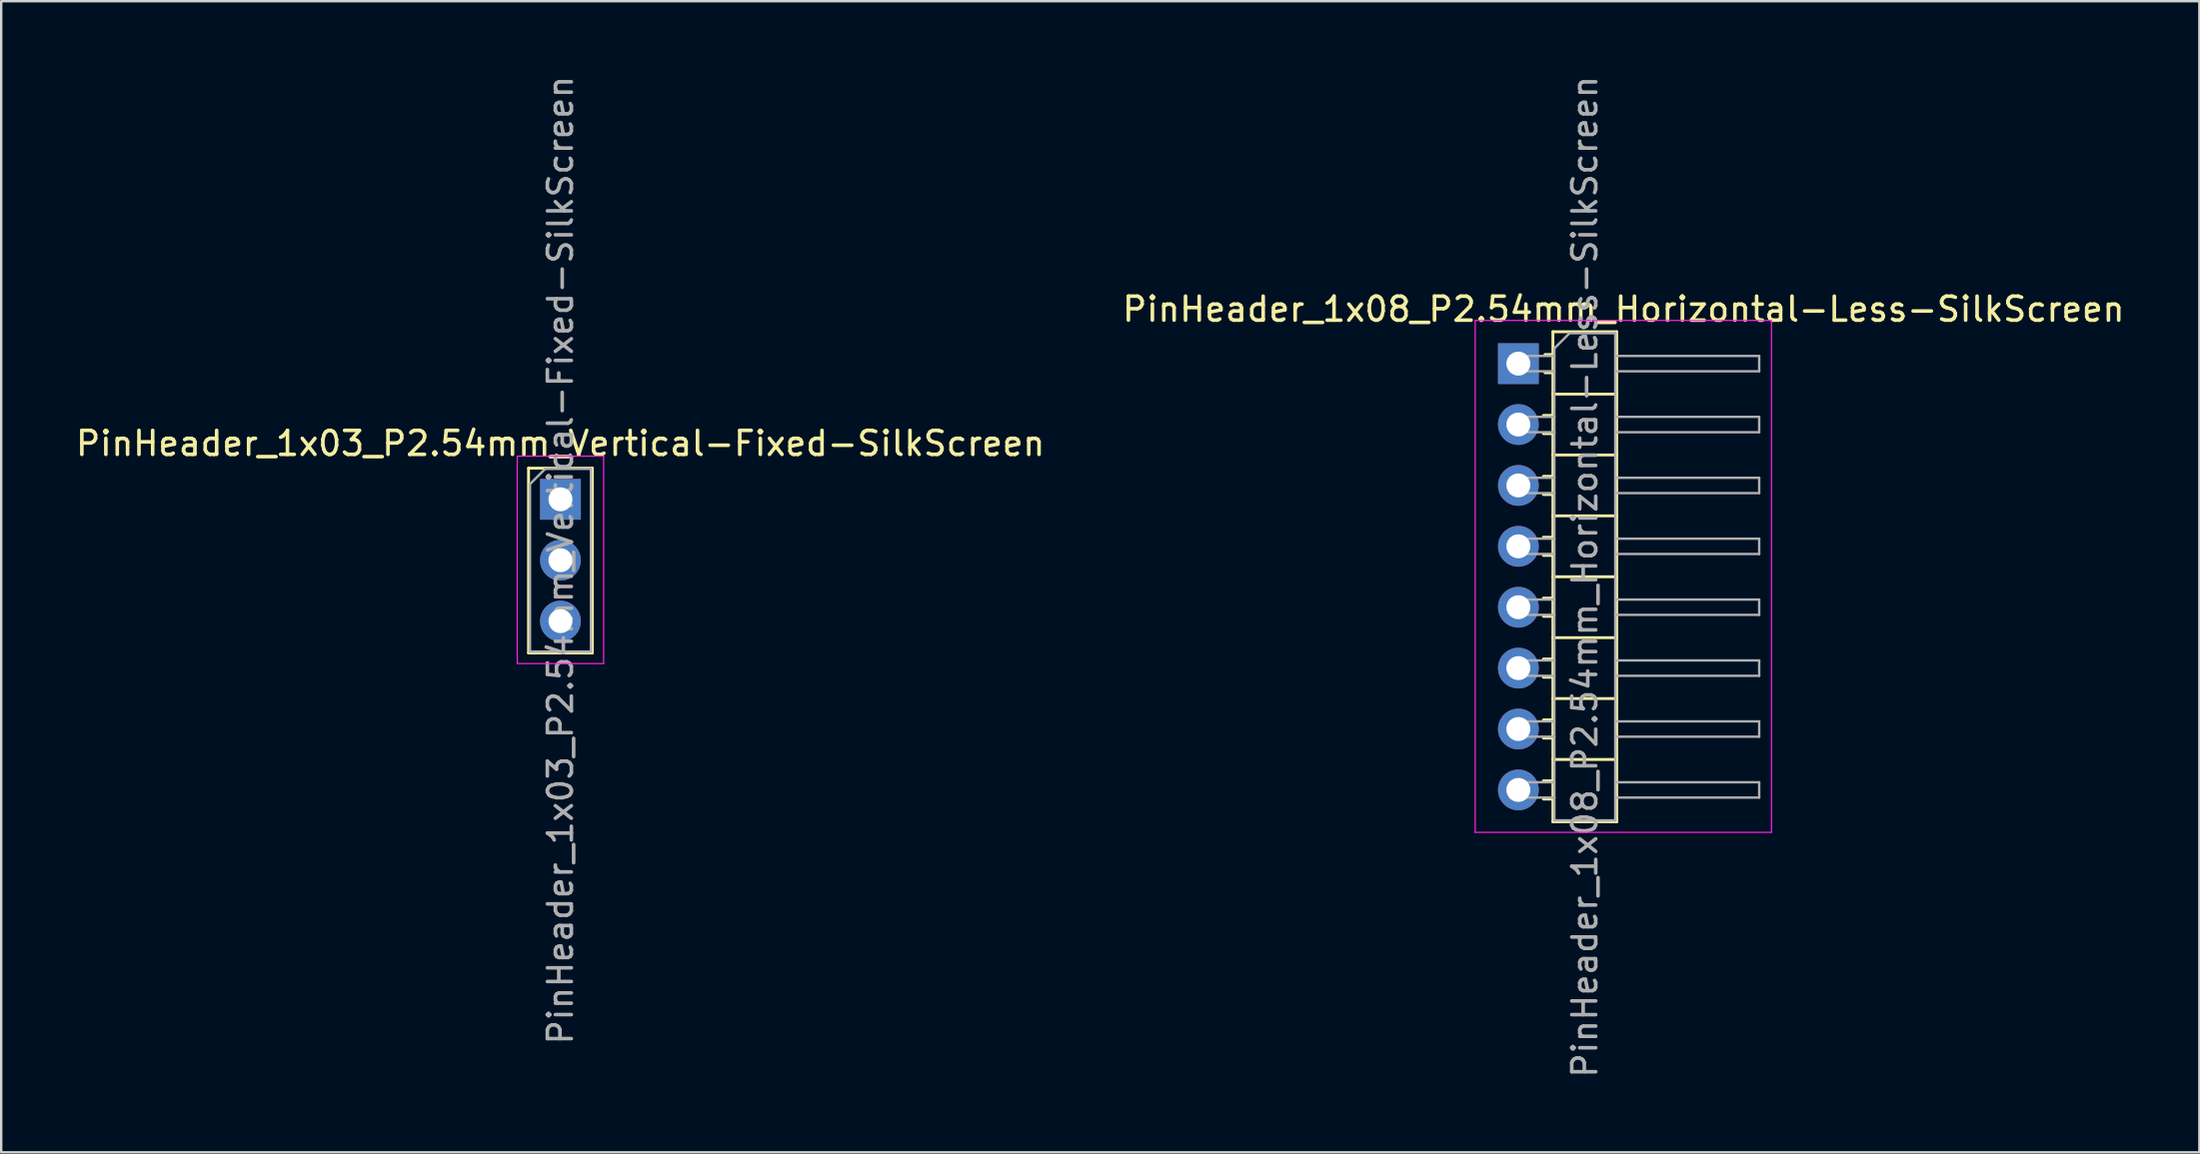
<source format=kicad_pcb>
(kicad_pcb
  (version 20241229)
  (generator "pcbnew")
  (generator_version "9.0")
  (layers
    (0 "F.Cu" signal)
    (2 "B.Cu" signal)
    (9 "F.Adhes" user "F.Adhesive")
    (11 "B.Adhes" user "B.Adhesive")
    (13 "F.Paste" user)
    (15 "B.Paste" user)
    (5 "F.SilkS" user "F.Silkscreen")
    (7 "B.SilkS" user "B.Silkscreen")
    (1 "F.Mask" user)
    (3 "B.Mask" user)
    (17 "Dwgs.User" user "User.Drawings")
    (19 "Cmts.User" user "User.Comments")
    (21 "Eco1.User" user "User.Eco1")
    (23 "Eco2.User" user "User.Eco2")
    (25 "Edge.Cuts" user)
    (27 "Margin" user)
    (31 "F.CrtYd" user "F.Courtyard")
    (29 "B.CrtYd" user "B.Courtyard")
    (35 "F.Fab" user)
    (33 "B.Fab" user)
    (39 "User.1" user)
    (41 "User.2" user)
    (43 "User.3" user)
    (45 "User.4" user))
  (footprint "PinHeader_1x08_P2.54mm_Horizontal-Less-SilkScreen"
    (layer "F.Cu")
    (at 60.252 12.116)
    (property "Reference" "PinHeader_1x08_P2.54mm_Horizontal-Less-SilkScreen" (at 4.385 -2.27 0) (layer "F.SilkS") (effects (font (size 1 1) (thickness 0.15))))
    (attr through_hole)
    (fp_line (start 1.043 2.16) (end 1.44 2.16) (stroke (width 0.12) (type solid)) (layer "F.SilkS"))
    (fp_line (start 1.043 2.92) (end 1.44 2.92) (stroke (width 0.12) (type solid)) (layer "F.SilkS"))
    (fp_line (start 1.043 4.7) (end 1.44 4.7) (stroke (width 0.12) (type solid)) (layer "F.SilkS"))
    (fp_line (start 1.043 5.46) (end 1.44 5.46) (stroke (width 0.12) (type solid)) (layer "F.SilkS"))
    (fp_line (start 1.043 7.24) (end 1.44 7.24) (stroke (width 0.12) (type solid)) (layer "F.SilkS"))
    (fp_line (start 1.043 8) (end 1.44 8) (stroke (width 0.12) (type solid)) (layer "F.SilkS"))
    (fp_line (start 1.043 9.78) (end 1.44 9.78) (stroke (width 0.12) (type solid)) (layer "F.SilkS"))
    (fp_line (start 1.043 10.54) (end 1.44 10.54) (stroke (width 0.12) (type solid)) (layer "F.SilkS"))
    (fp_line (start 1.043 12.32) (end 1.44 12.32) (stroke (width 0.12) (type solid)) (layer "F.SilkS"))
    (fp_line (start 1.043 13.08) (end 1.44 13.08) (stroke (width 0.12) (type solid)) (layer "F.SilkS"))
    (fp_line (start 1.043 14.86) (end 1.44 14.86) (stroke (width 0.12) (type solid)) (layer "F.SilkS"))
    (fp_line (start 1.043 15.62) (end 1.44 15.62) (stroke (width 0.12) (type solid)) (layer "F.SilkS"))
    (fp_line (start 1.043 17.4) (end 1.44 17.4) (stroke (width 0.12) (type solid)) (layer "F.SilkS"))
    (fp_line (start 1.043 18.16) (end 1.44 18.16) (stroke (width 0.12) (type solid)) (layer "F.SilkS"))
    (fp_line (start 1.11 -0.38) (end 1.44 -0.38) (stroke (width 0.12) (type solid)) (layer "F.SilkS"))
    (fp_line (start 1.11 0.38) (end 1.44 0.38) (stroke (width 0.12) (type solid)) (layer "F.SilkS"))
    (fp_line (start 1.44 -1.33) (end 1.44 19.11) (stroke (width 0.12) (type solid)) (layer "F.SilkS"))
    (fp_line (start 1.44 1.27) (end 4.1 1.27) (stroke (width 0.12) (type solid)) (layer "F.SilkS"))
    (fp_line (start 1.44 3.81) (end 4.1 3.81) (stroke (width 0.12) (type solid)) (layer "F.SilkS"))
    (fp_line (start 1.44 6.35) (end 4.1 6.35) (stroke (width 0.12) (type solid)) (layer "F.SilkS"))
    (fp_line (start 1.44 8.89) (end 4.1 8.89) (stroke (width 0.12) (type solid)) (layer "F.SilkS"))
    (fp_line (start 1.44 11.43) (end 4.1 11.43) (stroke (width 0.12) (type solid)) (layer "F.SilkS"))
    (fp_line (start 1.44 13.97) (end 4.1 13.97) (stroke (width 0.12) (type solid)) (layer "F.SilkS"))
    (fp_line (start 1.44 16.51) (end 4.1 16.51) (stroke (width 0.12) (type solid)) (layer "F.SilkS"))
    (fp_line (start 1.44 19.11) (end 4.1 19.11) (stroke (width 0.12) (type solid)) (layer "F.SilkS"))
    (fp_line (start 4.1 -1.33) (end 1.44 -1.33) (stroke (width 0.12) (type solid)) (layer "F.SilkS"))
    (fp_line (start 4.1 19.11) (end 4.1 -1.33) (stroke (width 0.12) (type solid)) (layer "F.SilkS"))
    (fp_line (start -1.8 -1.8) (end -1.8 19.55) (stroke (width 0.05) (type solid)) (layer "F.CrtYd"))
    (fp_line (start -1.8 19.55) (end 10.55 19.55) (stroke (width 0.05) (type solid)) (layer "F.CrtYd"))
    (fp_line (start 10.55 -1.8) (end -1.8 -1.8) (stroke (width 0.05) (type solid)) (layer "F.CrtYd"))
    (fp_line (start 10.55 19.55) (end 10.55 -1.8) (stroke (width 0.05) (type solid)) (layer "F.CrtYd"))
    (fp_line (start -0.32 -0.32) (end -0.32 0.32) (stroke (width 0.1) (type solid)) (layer "F.Fab"))
    (fp_line (start -0.32 -0.32) (end 1.5 -0.32) (stroke (width 0.1) (type solid)) (layer "F.Fab"))
    (fp_line (start -0.32 0.32) (end 1.5 0.32) (stroke (width 0.1) (type solid)) (layer "F.Fab"))
    (fp_line (start -0.32 2.22) (end -0.32 2.86) (stroke (width 0.1) (type solid)) (layer "F.Fab"))
    (fp_line (start -0.32 2.22) (end 1.5 2.22) (stroke (width 0.1) (type solid)) (layer "F.Fab"))
    (fp_line (start -0.32 2.86) (end 1.5 2.86) (stroke (width 0.1) (type solid)) (layer "F.Fab"))
    (fp_line (start -0.32 4.76) (end -0.32 5.4) (stroke (width 0.1) (type solid)) (layer "F.Fab"))
    (fp_line (start -0.32 4.76) (end 1.5 4.76) (stroke (width 0.1) (type solid)) (layer "F.Fab"))
    (fp_line (start -0.32 5.4) (end 1.5 5.4) (stroke (width 0.1) (type solid)) (layer "F.Fab"))
    (fp_line (start -0.32 7.3) (end -0.32 7.94) (stroke (width 0.1) (type solid)) (layer "F.Fab"))
    (fp_line (start -0.32 7.3) (end 1.5 7.3) (stroke (width 0.1) (type solid)) (layer "F.Fab"))
    (fp_line (start -0.32 7.94) (end 1.5 7.94) (stroke (width 0.1) (type solid)) (layer "F.Fab"))
    (fp_line (start -0.32 9.84) (end -0.32 10.48) (stroke (width 0.1) (type solid)) (layer "F.Fab"))
    (fp_line (start -0.32 9.84) (end 1.5 9.84) (stroke (width 0.1) (type solid)) (layer "F.Fab"))
    (fp_line (start -0.32 10.48) (end 1.5 10.48) (stroke (width 0.1) (type solid)) (layer "F.Fab"))
    (fp_line (start -0.32 12.38) (end -0.32 13.02) (stroke (width 0.1) (type solid)) (layer "F.Fab"))
    (fp_line (start -0.32 12.38) (end 1.5 12.38) (stroke (width 0.1) (type solid)) (layer "F.Fab"))
    (fp_line (start -0.32 13.02) (end 1.5 13.02) (stroke (width 0.1) (type solid)) (layer "F.Fab"))
    (fp_line (start -0.32 14.92) (end -0.32 15.56) (stroke (width 0.1) (type solid)) (layer "F.Fab"))
    (fp_line (start -0.32 14.92) (end 1.5 14.92) (stroke (width 0.1) (type solid)) (layer "F.Fab"))
    (fp_line (start -0.32 15.56) (end 1.5 15.56) (stroke (width 0.1) (type solid)) (layer "F.Fab"))
    (fp_line (start -0.32 17.46) (end -0.32 18.1) (stroke (width 0.1) (type solid)) (layer "F.Fab"))
    (fp_line (start -0.32 17.46) (end 1.5 17.46) (stroke (width 0.1) (type solid)) (layer "F.Fab"))
    (fp_line (start -0.32 18.1) (end 1.5 18.1) (stroke (width 0.1) (type solid)) (layer "F.Fab"))
    (fp_line (start 1.5 -0.635) (end 2.135 -1.27) (stroke (width 0.1) (type solid)) (layer "F.Fab"))
    (fp_line (start 1.5 19.05) (end 1.5 -0.635) (stroke (width 0.1) (type solid)) (layer "F.Fab"))
    (fp_line (start 2.135 -1.27) (end 4.04 -1.27) (stroke (width 0.1) (type solid)) (layer "F.Fab"))
    (fp_line (start 4.04 -1.27) (end 4.04 19.05) (stroke (width 0.1) (type solid)) (layer "F.Fab"))
    (fp_line (start 4.04 -0.32) (end 10.04 -0.32) (stroke (width 0.1) (type solid)) (layer "F.Fab"))
    (fp_line (start 4.04 0.32) (end 10.04 0.32) (stroke (width 0.1) (type solid)) (layer "F.Fab"))
    (fp_line (start 4.04 2.22) (end 10.04 2.22) (stroke (width 0.1) (type solid)) (layer "F.Fab"))
    (fp_line (start 4.04 2.86) (end 10.04 2.86) (stroke (width 0.1) (type solid)) (layer "F.Fab"))
    (fp_line (start 4.04 4.76) (end 10.04 4.76) (stroke (width 0.1) (type solid)) (layer "F.Fab"))
    (fp_line (start 4.04 5.4) (end 10.04 5.4) (stroke (width 0.1) (type solid)) (layer "F.Fab"))
    (fp_line (start 4.04 7.3) (end 10.04 7.3) (stroke (width 0.1) (type solid)) (layer "F.Fab"))
    (fp_line (start 4.04 7.94) (end 10.04 7.94) (stroke (width 0.1) (type solid)) (layer "F.Fab"))
    (fp_line (start 4.04 9.84) (end 10.04 9.84) (stroke (width 0.1) (type solid)) (layer "F.Fab"))
    (fp_line (start 4.04 10.48) (end 10.04 10.48) (stroke (width 0.1) (type solid)) (layer "F.Fab"))
    (fp_line (start 4.04 12.38) (end 10.04 12.38) (stroke (width 0.1) (type solid)) (layer "F.Fab"))
    (fp_line (start 4.04 13.02) (end 10.04 13.02) (stroke (width 0.1) (type solid)) (layer "F.Fab"))
    (fp_line (start 4.04 14.92) (end 10.04 14.92) (stroke (width 0.1) (type solid)) (layer "F.Fab"))
    (fp_line (start 4.04 15.56) (end 10.04 15.56) (stroke (width 0.1) (type solid)) (layer "F.Fab"))
    (fp_line (start 4.04 17.46) (end 10.04 17.46) (stroke (width 0.1) (type solid)) (layer "F.Fab"))
    (fp_line (start 4.04 18.1) (end 10.04 18.1) (stroke (width 0.1) (type solid)) (layer "F.Fab"))
    (fp_line (start 4.04 19.05) (end 1.5 19.05) (stroke (width 0.1) (type solid)) (layer "F.Fab"))
    (fp_line (start 10.04 -0.32) (end 10.04 0.32) (stroke (width 0.1) (type solid)) (layer "F.Fab"))
    (fp_line (start 10.04 2.22) (end 10.04 2.86) (stroke (width 0.1) (type solid)) (layer "F.Fab"))
    (fp_line (start 10.04 4.76) (end 10.04 5.4) (stroke (width 0.1) (type solid)) (layer "F.Fab"))
    (fp_line (start 10.04 7.3) (end 10.04 7.94) (stroke (width 0.1) (type solid)) (layer "F.Fab"))
    (fp_line (start 10.04 9.84) (end 10.04 10.48) (stroke (width 0.1) (type solid)) (layer "F.Fab"))
    (fp_line (start 10.04 12.38) (end 10.04 13.02) (stroke (width 0.1) (type solid)) (layer "F.Fab"))
    (fp_line (start 10.04 14.92) (end 10.04 15.56) (stroke (width 0.1) (type solid)) (layer "F.Fab"))
    (fp_line (start 10.04 17.46) (end 10.04 18.1) (stroke (width 0.1) (type solid)) (layer "F.Fab"))
    (fp_text user "${REFERENCE}" (at 2.77 8.89 90) (layer "F.Fab") (effects (font (size 1 1) (thickness 0.15))))
    (pad "1" thru_hole rect (at 0 0) (size 1.7 1.7) (drill 1) (layers "*.Cu" "*.Mask"))
    (pad "2" thru_hole oval (at 0 2.54) (size 1.7 1.7) (drill 1) (layers "*.Cu" "*.Mask"))
    (pad "3" thru_hole oval (at 0 5.08) (size 1.7 1.7) (drill 1) (layers "*.Cu" "*.Mask"))
    (pad "4" thru_hole oval (at 0 7.62) (size 1.7 1.7) (drill 1) (layers "*.Cu" "*.Mask"))
    (pad "5" thru_hole oval (at 0 10.16) (size 1.7 1.7) (drill 1) (layers "*.Cu" "*.Mask"))
    (pad "6" thru_hole oval (at 0 12.7) (size 1.7 1.7) (drill 1) (layers "*.Cu" "*.Mask"))
    (pad "7" thru_hole oval (at 0 15.24) (size 1.7 1.7) (drill 1) (layers "*.Cu" "*.Mask"))
    (pad "8" thru_hole oval (at 0 17.78) (size 1.7 1.7) (drill 1) (layers "*.Cu" "*.Mask")))
  (footprint "PinHeader_1x03_P2.54mm_Vertical-Fixed-SilkScreen"
    (layer "F.Cu")
    (at 20.315 17.775)
    (property "Reference" "PinHeader_1x03_P2.54mm_Vertical-Fixed-SilkScreen" (at 0 -2.33 0) (layer "F.SilkS") (effects (font (size 1 1) (thickness 0.15))))
    (attr through_hole)
    (fp_line (start -1.33 -1.3) (end -1.33 6.41) (stroke (width 0.12) (type solid)) (layer "F.SilkS"))
    (fp_line (start -1.33 -1.3) (end 1.33 -1.3) (stroke (width 0.12) (type solid)) (layer "F.SilkS"))
    (fp_line (start -1.33 6.41) (end 1.33 6.41) (stroke (width 0.12) (type solid)) (layer "F.SilkS"))
    (fp_line (start 1.33 -1.3) (end 1.33 6.41) (stroke (width 0.12) (type solid)) (layer "F.SilkS"))
    (fp_line (start -1.8 -1.8) (end -1.8 6.85) (stroke (width 0.05) (type solid)) (layer "F.CrtYd"))
    (fp_line (start -1.8 6.85) (end 1.8 6.85) (stroke (width 0.05) (type solid)) (layer "F.CrtYd"))
    (fp_line (start 1.8 -1.8) (end -1.8 -1.8) (stroke (width 0.05) (type solid)) (layer "F.CrtYd"))
    (fp_line (start 1.8 6.85) (end 1.8 -1.8) (stroke (width 0.05) (type solid)) (layer "F.CrtYd"))
    (fp_line (start -1.27 -0.635) (end -0.635 -1.27) (stroke (width 0.1) (type solid)) (layer "F.Fab"))
    (fp_line (start -1.27 6.35) (end -1.27 -0.635) (stroke (width 0.1) (type solid)) (layer "F.Fab"))
    (fp_line (start -0.635 -1.27) (end 1.27 -1.27) (stroke (width 0.1) (type solid)) (layer "F.Fab"))
    (fp_line (start 1.27 -1.27) (end 1.27 6.35) (stroke (width 0.1) (type solid)) (layer "F.Fab"))
    (fp_line (start 1.27 6.35) (end -1.27 6.35) (stroke (width 0.1) (type solid)) (layer "F.Fab"))
    (fp_text user "${REFERENCE}" (at 0 2.54 90) (layer "F.Fab") (effects (font (size 1 1) (thickness 0.15))))
    (pad "1" thru_hole rect (at 0 0) (size 1.7 1.7) (drill 1) (layers "*.Cu" "*.Mask"))
    (pad "2" thru_hole oval (at 0 2.54) (size 1.7 1.7) (drill 1) (layers "*.Cu" "*.Mask"))
    (pad "3" thru_hole oval (at 0 5.08) (size 1.7 1.7) (drill 1) (layers "*.Cu" "*.Mask")))
  (gr_rect
    (start -3 -3)
    (end 88.643 45.012)
    (stroke (width 0.1) (type default))
    (fill no)
    (layer "Edge.Cuts")))
</source>
